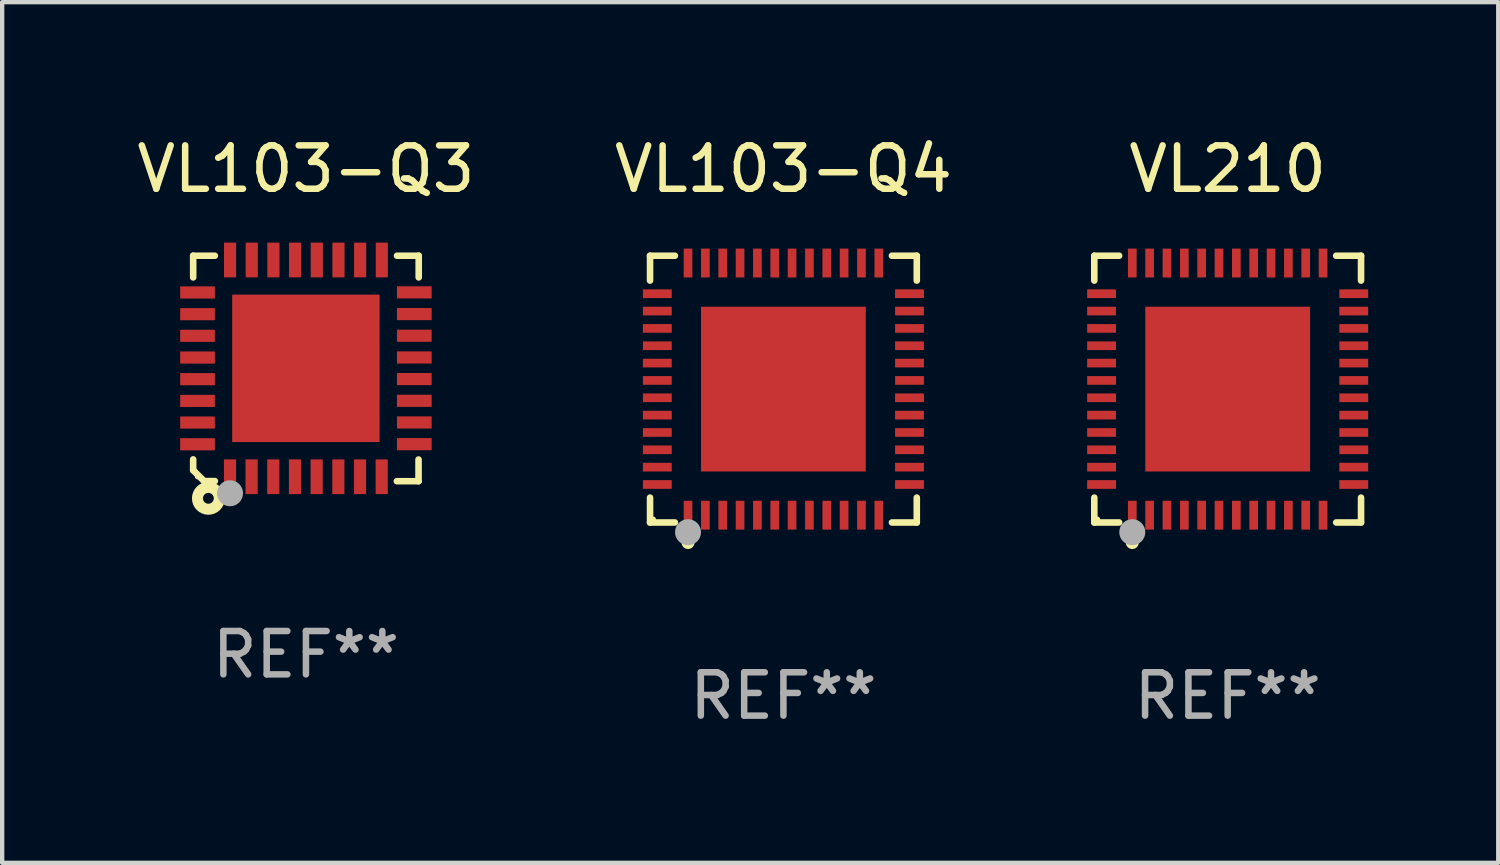
<source format=kicad_pcb>
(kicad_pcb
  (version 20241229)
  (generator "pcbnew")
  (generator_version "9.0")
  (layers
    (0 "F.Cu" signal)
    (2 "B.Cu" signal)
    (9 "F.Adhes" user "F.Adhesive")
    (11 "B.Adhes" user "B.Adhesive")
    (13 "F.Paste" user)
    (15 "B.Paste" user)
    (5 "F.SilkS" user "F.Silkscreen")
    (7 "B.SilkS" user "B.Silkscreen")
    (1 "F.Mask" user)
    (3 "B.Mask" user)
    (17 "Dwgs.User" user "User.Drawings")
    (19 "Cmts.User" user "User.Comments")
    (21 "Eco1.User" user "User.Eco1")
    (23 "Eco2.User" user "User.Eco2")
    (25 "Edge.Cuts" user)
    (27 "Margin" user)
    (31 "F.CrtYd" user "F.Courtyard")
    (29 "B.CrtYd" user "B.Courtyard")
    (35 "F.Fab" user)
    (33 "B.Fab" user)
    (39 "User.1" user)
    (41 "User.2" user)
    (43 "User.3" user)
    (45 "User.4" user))
  (footprint "VL103-Q4"
    (layer "F.Cu")
    (at 15.018 5.924)
    (property "Reference" "VL103-Q4" (at 0 -5.076 0) (layer "F.SilkS") (effects (font (size 1 1) (thickness 0.15))))
    (attr through_hole)
    (fp_line (start -3.076 -3.076) (end -2.503 -3.076) (stroke (width 0.152) (type solid)) (layer "F.SilkS"))
    (fp_line (start -3.076 -2.503) (end -3.076 -3.076) (stroke (width 0.152) (type solid)) (layer "F.SilkS"))
    (fp_line (start -3.076 2.503) (end -3.076 3.076) (stroke (width 0.152) (type solid)) (layer "F.SilkS"))
    (fp_line (start -3.076 3.076) (end -2.503 3.076) (stroke (width 0.152) (type solid)) (layer "F.SilkS"))
    (fp_line (start 3.076 -3.076) (end 2.503 -3.076) (stroke (width 0.152) (type solid)) (layer "F.SilkS"))
    (fp_line (start 3.076 -2.503) (end 3.076 -3.076) (stroke (width 0.152) (type solid)) (layer "F.SilkS"))
    (fp_line (start 3.076 2.503) (end 3.076 3.076) (stroke (width 0.152) (type solid)) (layer "F.SilkS"))
    (fp_line (start 3.076 3.076) (end 2.503 3.076) (stroke (width 0.152) (type solid)) (layer "F.SilkS"))
    (fp_circle (center -3 3) (end -2.97 3) (stroke (width 0.06) (type solid)) (fill no) (layer "F.SilkS"))
    (fp_circle (center -2.2 3.54) (end -2.125 3.54) (stroke (width 0.15) (type solid)) (fill no) (layer "F.SilkS"))
    (fp_circle (center -2.2 3.3) (end -2.05 3.3) (stroke (width 0.3) (type solid)) (fill no) (layer "F.Fab"))
    (fp_text user "REF**" (at 0 7.076 0) (layer "F.Fab") (effects (font (size 1 1) (thickness 0.15))))
    (pad "1" smd rect (at -2.2 2.908) (size 0.2 0.665) (layers "F.Cu" "F.Mask" "F.Paste"))
    (pad "2" smd rect (at -1.8 2.908) (size 0.2 0.665) (layers "F.Cu" "F.Mask" "F.Paste"))
    (pad "3" smd rect (at -1.4 2.908) (size 0.2 0.665) (layers "F.Cu" "F.Mask" "F.Paste"))
    (pad "4" smd rect (at -1 2.908) (size 0.2 0.665) (layers "F.Cu" "F.Mask" "F.Paste"))
    (pad "5" smd rect (at -0.6 2.908) (size 0.2 0.665) (layers "F.Cu" "F.Mask" "F.Paste"))
    (pad "6" smd rect (at -0.2 2.908) (size 0.2 0.665) (layers "F.Cu" "F.Mask" "F.Paste"))
    (pad "7" smd rect (at 0.2 2.908) (size 0.2 0.665) (layers "F.Cu" "F.Mask" "F.Paste"))
    (pad "8" smd rect (at 0.6 2.908) (size 0.2 0.665) (layers "F.Cu" "F.Mask" "F.Paste"))
    (pad "9" smd rect (at 1 2.908) (size 0.2 0.665) (layers "F.Cu" "F.Mask" "F.Paste"))
    (pad "10" smd rect (at 1.4 2.908) (size 0.2 0.665) (layers "F.Cu" "F.Mask" "F.Paste"))
    (pad "11" smd rect (at 1.8 2.908) (size 0.2 0.665) (layers "F.Cu" "F.Mask" "F.Paste"))
    (pad "12" smd rect (at 2.2 2.908) (size 0.2 0.665) (layers "F.Cu" "F.Mask" "F.Paste"))
    (pad "13" smd rect (at 2.908 2.2) (size 0.665 0.2) (layers "F.Cu" "F.Mask" "F.Paste"))
    (pad "14" smd rect (at 2.908 1.8) (size 0.665 0.2) (layers "F.Cu" "F.Mask" "F.Paste"))
    (pad "15" smd rect (at 2.908 1.4) (size 0.665 0.2) (layers "F.Cu" "F.Mask" "F.Paste"))
    (pad "16" smd rect (at 2.908 1) (size 0.665 0.2) (layers "F.Cu" "F.Mask" "F.Paste"))
    (pad "17" smd rect (at 2.908 0.6) (size 0.665 0.2) (layers "F.Cu" "F.Mask" "F.Paste"))
    (pad "18" smd rect (at 2.908 0.2) (size 0.665 0.2) (layers "F.Cu" "F.Mask" "F.Paste"))
    (pad "19" smd rect (at 2.908 -0.2) (size 0.665 0.2) (layers "F.Cu" "F.Mask" "F.Paste"))
    (pad "20" smd rect (at 2.908 -0.6) (size 0.665 0.2) (layers "F.Cu" "F.Mask" "F.Paste"))
    (pad "21" smd rect (at 2.908 -1) (size 0.665 0.2) (layers "F.Cu" "F.Mask" "F.Paste"))
    (pad "22" smd rect (at 2.908 -1.4) (size 0.665 0.2) (layers "F.Cu" "F.Mask" "F.Paste"))
    (pad "23" smd rect (at 2.908 -1.8) (size 0.665 0.2) (layers "F.Cu" "F.Mask" "F.Paste"))
    (pad "24" smd rect (at 2.908 -2.2) (size 0.665 0.2) (layers "F.Cu" "F.Mask" "F.Paste"))
    (pad "25" smd rect (at 2.2 -2.908) (size 0.2 0.665) (layers "F.Cu" "F.Mask" "F.Paste"))
    (pad "26" smd rect (at 1.8 -2.908) (size 0.2 0.665) (layers "F.Cu" "F.Mask" "F.Paste"))
    (pad "27" smd rect (at 1.4 -2.908) (size 0.2 0.665) (layers "F.Cu" "F.Mask" "F.Paste"))
    (pad "28" smd rect (at 1 -2.908) (size 0.2 0.665) (layers "F.Cu" "F.Mask" "F.Paste"))
    (pad "29" smd rect (at 0.6 -2.908) (size 0.2 0.665) (layers "F.Cu" "F.Mask" "F.Paste"))
    (pad "30" smd rect (at 0.2 -2.908) (size 0.2 0.665) (layers "F.Cu" "F.Mask" "F.Paste"))
    (pad "31" smd rect (at -0.2 -2.908) (size 0.2 0.665) (layers "F.Cu" "F.Mask" "F.Paste"))
    (pad "32" smd rect (at -0.6 -2.908) (size 0.2 0.665) (layers "F.Cu" "F.Mask" "F.Paste"))
    (pad "33" smd rect (at -1 -2.908) (size 0.2 0.665) (layers "F.Cu" "F.Mask" "F.Paste"))
    (pad "34" smd rect (at -1.4 -2.908) (size 0.2 0.665) (layers "F.Cu" "F.Mask" "F.Paste"))
    (pad "35" smd rect (at -1.8 -2.908) (size 0.2 0.665) (layers "F.Cu" "F.Mask" "F.Paste"))
    (pad "36" smd rect (at -2.2 -2.908) (size 0.2 0.665) (layers "F.Cu" "F.Mask" "F.Paste"))
    (pad "37" smd rect (at -2.908 -2.2) (size 0.665 0.2) (layers "F.Cu" "F.Mask" "F.Paste"))
    (pad "38" smd rect (at -2.908 -1.8) (size 0.665 0.2) (layers "F.Cu" "F.Mask" "F.Paste"))
    (pad "39" smd rect (at -2.908 -1.4) (size 0.665 0.2) (layers "F.Cu" "F.Mask" "F.Paste"))
    (pad "40" smd rect (at -2.908 -1) (size 0.665 0.2) (layers "F.Cu" "F.Mask" "F.Paste"))
    (pad "41" smd rect (at -2.908 -0.6) (size 0.665 0.2) (layers "F.Cu" "F.Mask" "F.Paste"))
    (pad "42" smd rect (at -2.908 -0.2) (size 0.665 0.2) (layers "F.Cu" "F.Mask" "F.Paste"))
    (pad "43" smd rect (at -2.908 0.2) (size 0.665 0.2) (layers "F.Cu" "F.Mask" "F.Paste"))
    (pad "44" smd rect (at -2.908 0.6) (size 0.665 0.2) (layers "F.Cu" "F.Mask" "F.Paste"))
    (pad "45" smd rect (at -2.908 1) (size 0.665 0.2) (layers "F.Cu" "F.Mask" "F.Paste"))
    (pad "46" smd rect (at -2.908 1.4) (size 0.665 0.2) (layers "F.Cu" "F.Mask" "F.Paste"))
    (pad "47" smd rect (at -2.908 1.8) (size 0.665 0.2) (layers "F.Cu" "F.Mask" "F.Paste"))
    (pad "48" smd rect (at -2.908 2.2) (size 0.665 0.2) (layers "F.Cu" "F.Mask" "F.Paste"))
    (pad "49" smd rect (at 0 0) (size 3.8 3.8) (layers "F.Cu" "F.Mask" "F.Paste")))
  (footprint "VL210"
    (layer "F.Cu")
    (at 25.264 5.924)
    (property "Reference" "VL210" (at 0 -5.076 0) (layer "F.SilkS") (effects (font (size 1 1) (thickness 0.15))))
    (attr through_hole)
    (fp_line (start -3.076 -3.076) (end -2.503 -3.076) (stroke (width 0.152) (type solid)) (layer "F.SilkS"))
    (fp_line (start -3.076 -2.503) (end -3.076 -3.076) (stroke (width 0.152) (type solid)) (layer "F.SilkS"))
    (fp_line (start -3.076 2.503) (end -3.076 3.076) (stroke (width 0.152) (type solid)) (layer "F.SilkS"))
    (fp_line (start -3.076 3.076) (end -2.503 3.076) (stroke (width 0.152) (type solid)) (layer "F.SilkS"))
    (fp_line (start 3.076 -3.076) (end 2.503 -3.076) (stroke (width 0.152) (type solid)) (layer "F.SilkS"))
    (fp_line (start 3.076 -2.503) (end 3.076 -3.076) (stroke (width 0.152) (type solid)) (layer "F.SilkS"))
    (fp_line (start 3.076 2.503) (end 3.076 3.076) (stroke (width 0.152) (type solid)) (layer "F.SilkS"))
    (fp_line (start 3.076 3.076) (end 2.503 3.076) (stroke (width 0.152) (type solid)) (layer "F.SilkS"))
    (fp_circle (center -3 3) (end -2.97 3) (stroke (width 0.06) (type solid)) (fill no) (layer "F.SilkS"))
    (fp_circle (center -2.2 3.54) (end -2.125 3.54) (stroke (width 0.15) (type solid)) (fill no) (layer "F.SilkS"))
    (fp_circle (center -2.2 3.3) (end -2.05 3.3) (stroke (width 0.3) (type solid)) (fill no) (layer "F.Fab"))
    (fp_text user "REF**" (at 0 7.076 0) (layer "F.Fab") (effects (font (size 1 1) (thickness 0.15))))
    (pad "1" smd rect (at -2.2 2.908) (size 0.2 0.665) (layers "F.Cu" "F.Mask" "F.Paste"))
    (pad "2" smd rect (at -1.8 2.908) (size 0.2 0.665) (layers "F.Cu" "F.Mask" "F.Paste"))
    (pad "3" smd rect (at -1.4 2.908) (size 0.2 0.665) (layers "F.Cu" "F.Mask" "F.Paste"))
    (pad "4" smd rect (at -1 2.908) (size 0.2 0.665) (layers "F.Cu" "F.Mask" "F.Paste"))
    (pad "5" smd rect (at -0.6 2.908) (size 0.2 0.665) (layers "F.Cu" "F.Mask" "F.Paste"))
    (pad "6" smd rect (at -0.2 2.908) (size 0.2 0.665) (layers "F.Cu" "F.Mask" "F.Paste"))
    (pad "7" smd rect (at 0.2 2.908) (size 0.2 0.665) (layers "F.Cu" "F.Mask" "F.Paste"))
    (pad "8" smd rect (at 0.6 2.908) (size 0.2 0.665) (layers "F.Cu" "F.Mask" "F.Paste"))
    (pad "9" smd rect (at 1 2.908) (size 0.2 0.665) (layers "F.Cu" "F.Mask" "F.Paste"))
    (pad "10" smd rect (at 1.4 2.908) (size 0.2 0.665) (layers "F.Cu" "F.Mask" "F.Paste"))
    (pad "11" smd rect (at 1.8 2.908) (size 0.2 0.665) (layers "F.Cu" "F.Mask" "F.Paste"))
    (pad "12" smd rect (at 2.2 2.908) (size 0.2 0.665) (layers "F.Cu" "F.Mask" "F.Paste"))
    (pad "13" smd rect (at 2.908 2.2) (size 0.665 0.2) (layers "F.Cu" "F.Mask" "F.Paste"))
    (pad "14" smd rect (at 2.908 1.8) (size 0.665 0.2) (layers "F.Cu" "F.Mask" "F.Paste"))
    (pad "15" smd rect (at 2.908 1.4) (size 0.665 0.2) (layers "F.Cu" "F.Mask" "F.Paste"))
    (pad "16" smd rect (at 2.908 1) (size 0.665 0.2) (layers "F.Cu" "F.Mask" "F.Paste"))
    (pad "17" smd rect (at 2.908 0.6) (size 0.665 0.2) (layers "F.Cu" "F.Mask" "F.Paste"))
    (pad "18" smd rect (at 2.908 0.2) (size 0.665 0.2) (layers "F.Cu" "F.Mask" "F.Paste"))
    (pad "19" smd rect (at 2.908 -0.2) (size 0.665 0.2) (layers "F.Cu" "F.Mask" "F.Paste"))
    (pad "20" smd rect (at 2.908 -0.6) (size 0.665 0.2) (layers "F.Cu" "F.Mask" "F.Paste"))
    (pad "21" smd rect (at 2.908 -1) (size 0.665 0.2) (layers "F.Cu" "F.Mask" "F.Paste"))
    (pad "22" smd rect (at 2.908 -1.4) (size 0.665 0.2) (layers "F.Cu" "F.Mask" "F.Paste"))
    (pad "23" smd rect (at 2.908 -1.8) (size 0.665 0.2) (layers "F.Cu" "F.Mask" "F.Paste"))
    (pad "24" smd rect (at 2.908 -2.2) (size 0.665 0.2) (layers "F.Cu" "F.Mask" "F.Paste"))
    (pad "25" smd rect (at 2.2 -2.908) (size 0.2 0.665) (layers "F.Cu" "F.Mask" "F.Paste"))
    (pad "26" smd rect (at 1.8 -2.908) (size 0.2 0.665) (layers "F.Cu" "F.Mask" "F.Paste"))
    (pad "27" smd rect (at 1.4 -2.908) (size 0.2 0.665) (layers "F.Cu" "F.Mask" "F.Paste"))
    (pad "28" smd rect (at 1 -2.908) (size 0.2 0.665) (layers "F.Cu" "F.Mask" "F.Paste"))
    (pad "29" smd rect (at 0.6 -2.908) (size 0.2 0.665) (layers "F.Cu" "F.Mask" "F.Paste"))
    (pad "30" smd rect (at 0.2 -2.908) (size 0.2 0.665) (layers "F.Cu" "F.Mask" "F.Paste"))
    (pad "31" smd rect (at -0.2 -2.908) (size 0.2 0.665) (layers "F.Cu" "F.Mask" "F.Paste"))
    (pad "32" smd rect (at -0.6 -2.908) (size 0.2 0.665) (layers "F.Cu" "F.Mask" "F.Paste"))
    (pad "33" smd rect (at -1 -2.908) (size 0.2 0.665) (layers "F.Cu" "F.Mask" "F.Paste"))
    (pad "34" smd rect (at -1.4 -2.908) (size 0.2 0.665) (layers "F.Cu" "F.Mask" "F.Paste"))
    (pad "35" smd rect (at -1.8 -2.908) (size 0.2 0.665) (layers "F.Cu" "F.Mask" "F.Paste"))
    (pad "36" smd rect (at -2.2 -2.908) (size 0.2 0.665) (layers "F.Cu" "F.Mask" "F.Paste"))
    (pad "37" smd rect (at -2.908 -2.2) (size 0.665 0.2) (layers "F.Cu" "F.Mask" "F.Paste"))
    (pad "38" smd rect (at -2.908 -1.8) (size 0.665 0.2) (layers "F.Cu" "F.Mask" "F.Paste"))
    (pad "39" smd rect (at -2.908 -1.4) (size 0.665 0.2) (layers "F.Cu" "F.Mask" "F.Paste"))
    (pad "40" smd rect (at -2.908 -1) (size 0.665 0.2) (layers "F.Cu" "F.Mask" "F.Paste"))
    (pad "41" smd rect (at -2.908 -0.6) (size 0.665 0.2) (layers "F.Cu" "F.Mask" "F.Paste"))
    (pad "42" smd rect (at -2.908 -0.2) (size 0.665 0.2) (layers "F.Cu" "F.Mask" "F.Paste"))
    (pad "43" smd rect (at -2.908 0.2) (size 0.665 0.2) (layers "F.Cu" "F.Mask" "F.Paste"))
    (pad "44" smd rect (at -2.908 0.6) (size 0.665 0.2) (layers "F.Cu" "F.Mask" "F.Paste"))
    (pad "45" smd rect (at -2.908 1) (size 0.665 0.2) (layers "F.Cu" "F.Mask" "F.Paste"))
    (pad "46" smd rect (at -2.908 1.4) (size 0.665 0.2) (layers "F.Cu" "F.Mask" "F.Paste"))
    (pad "47" smd rect (at -2.908 1.8) (size 0.665 0.2) (layers "F.Cu" "F.Mask" "F.Paste"))
    (pad "48" smd rect (at -2.908 2.2) (size 0.665 0.2) (layers "F.Cu" "F.Mask" "F.Paste"))
    (pad "49" smd rect (at 0 0) (size 3.8 3.8) (layers "F.Cu" "F.Mask" "F.Paste")))
  (footprint "VL103-Q3"
    (layer "F.Cu")
    (at 4.006 5.448)
    (property "Reference" "VL103-Q3" (at 0 -4.6 0) (layer "F.SilkS") (effects (font (size 1 1) (thickness 0.15))))
    (attr through_hole)
    (fp_line (start -2.601 2.097) (end -2.601 2.347) (stroke (width 0.152) (type solid)) (layer "F.SilkS"))
    (fp_line (start -2.601 2.347) (end -2.351 2.597) (stroke (width 0.152) (type solid)) (layer "F.SilkS"))
    (fp_line (start -2.601 -2.6) (end -2.601 -2.1) (stroke (width 0.152) (type solid)) (layer "F.SilkS"))
    (fp_line (start -2.601 -2.6) (end -2.101 -2.6) (stroke (width 0.152) (type solid)) (layer "F.SilkS"))
    (fp_line (start -2.351 2.597) (end -2.101 2.597) (stroke (width 0.152) (type solid)) (layer "F.SilkS"))
    (fp_line (start 2.597 2.6) (end 2.097 2.6) (stroke (width 0.152) (type solid)) (layer "F.SilkS"))
    (fp_line (start 2.597 2.6) (end 2.597 2.1) (stroke (width 0.152) (type solid)) (layer "F.SilkS"))
    (fp_line (start 2.601 -2.6) (end 2.101 -2.6) (stroke (width 0.152) (type solid)) (layer "F.SilkS"))
    (fp_line (start 2.601 -2.6) (end 2.601 -2.1) (stroke (width 0.152) (type solid)) (layer "F.SilkS"))
    (fp_circle (center -2.501 2.497) (end -2.471 2.497) (stroke (width 0.06) (type solid)) (fill no) (layer "F.SilkS"))
    (fp_circle (center -2.25 2.995) (end -2.125 2.995) (stroke (width 0.254) (type solid)) (fill no) (layer "F.SilkS"))
    (fp_circle (center -1.751 2.878) (end -1.601 2.878) (stroke (width 0.3) (type solid)) (fill no) (layer "F.Fab"))
    (fp_text user "REF**" (at 0 6.6 0) (layer "F.Fab") (effects (font (size 1 1) (thickness 0.15))))
    (pad "1" smd rect (at -1.751 2.497) (size 0.28 0.8) (layers "F.Cu" "F.Mask" "F.Paste"))
    (pad "2" smd rect (at -1.253 2.497) (size 0.28 0.8) (layers "F.Cu" "F.Mask" "F.Paste"))
    (pad "3" smd rect (at -0.753 2.497) (size 0.28 0.8) (layers "F.Cu" "F.Mask" "F.Paste"))
    (pad "4" smd rect (at -0.253 2.497) (size 0.28 0.8) (layers "F.Cu" "F.Mask" "F.Paste"))
    (pad "5" smd rect (at 0.247 2.497) (size 0.28 0.8) (layers "F.Cu" "F.Mask" "F.Paste"))
    (pad "6" smd rect (at 0.747 2.497) (size 0.28 0.8) (layers "F.Cu" "F.Mask" "F.Paste"))
    (pad "7" smd rect (at 1.247 2.497) (size 0.28 0.8) (layers "F.Cu" "F.Mask" "F.Paste"))
    (pad "8" smd rect (at 1.747 2.497) (size 0.28 0.8) (layers "F.Cu" "F.Mask" "F.Paste"))
    (pad "9" smd rect (at 2.499 1.746) (size 0.8 0.28) (layers "F.Cu" "F.Mask" "F.Paste"))
    (pad "10" smd rect (at 2.499 1.245) (size 0.8 0.28) (layers "F.Cu" "F.Mask" "F.Paste"))
    (pad "11" smd rect (at 2.499 0.746) (size 0.8 0.28) (layers "F.Cu" "F.Mask" "F.Paste"))
    (pad "12" smd rect (at 2.499 0.245) (size 0.8 0.28) (layers "F.Cu" "F.Mask" "F.Paste"))
    (pad "13" smd rect (at 2.499 -0.254) (size 0.8 0.28) (layers "F.Cu" "F.Mask" "F.Paste"))
    (pad "14" smd rect (at 2.499 -0.755) (size 0.8 0.28) (layers "F.Cu" "F.Mask" "F.Paste"))
    (pad "15" smd rect (at 2.499 -1.254) (size 0.8 0.28) (layers "F.Cu" "F.Mask" "F.Paste"))
    (pad "16" smd rect (at 2.499 -1.755) (size 0.8 0.28) (layers "F.Cu" "F.Mask" "F.Paste"))
    (pad "17" smd rect (at 1.75 -2.502) (size 0.28 0.8) (layers "F.Cu" "F.Mask" "F.Paste"))
    (pad "18" smd rect (at 1.25 -2.502) (size 0.28 0.8) (layers "F.Cu" "F.Mask" "F.Paste"))
    (pad "19" smd rect (at 0.75 -2.502) (size 0.28 0.8) (layers "F.Cu" "F.Mask" "F.Paste"))
    (pad "20" smd rect (at 0.25 -2.502) (size 0.28 0.8) (layers "F.Cu" "F.Mask" "F.Paste"))
    (pad "21" smd rect (at -0.25 -2.502) (size 0.28 0.8) (layers "F.Cu" "F.Mask" "F.Paste"))
    (pad "22" smd rect (at -0.75 -2.502) (size 0.28 0.8) (layers "F.Cu" "F.Mask" "F.Paste"))
    (pad "23" smd rect (at -1.25 -2.502) (size 0.28 0.8) (layers "F.Cu" "F.Mask" "F.Paste"))
    (pad "24" smd rect (at -1.75 -2.502) (size 0.28 0.8) (layers "F.Cu" "F.Mask" "F.Paste"))
    (pad "25" smd rect (at -2.501 -1.753) (size 0.8 0.28) (layers "F.Cu" "F.Mask" "F.Paste"))
    (pad "26" smd rect (at -2.501 -1.252) (size 0.8 0.28) (layers "F.Cu" "F.Mask" "F.Paste"))
    (pad "27" smd rect (at -2.501 -0.753) (size 0.8 0.28) (layers "F.Cu" "F.Mask" "F.Paste"))
    (pad "28" smd rect (at -2.501 -0.252) (size 0.8 0.28) (layers "F.Cu" "F.Mask" "F.Paste"))
    (pad "29" smd rect (at -2.501 0.247) (size 0.8 0.28) (layers "F.Cu" "F.Mask" "F.Paste"))
    (pad "30" smd rect (at -2.501 0.748) (size 0.8 0.28) (layers "F.Cu" "F.Mask" "F.Paste"))
    (pad "31" smd rect (at -2.501 1.247) (size 0.8 0.28) (layers "F.Cu" "F.Mask" "F.Paste"))
    (pad "32" smd rect (at -2.501 1.748) (size 0.8 0.28) (layers "F.Cu" "F.Mask" "F.Paste"))
    (pad "33" smd rect (at -0.001 -0.003 180) (size 3.4 3.4) (layers "F.Cu" "F.Mask" "F.Paste")))
  (gr_rect
    (start -3 -3)
    (end 31.504 16.849)
    (stroke (width 0.1) (type default))
    (fill no)
    (layer "Edge.Cuts")))
</source>
